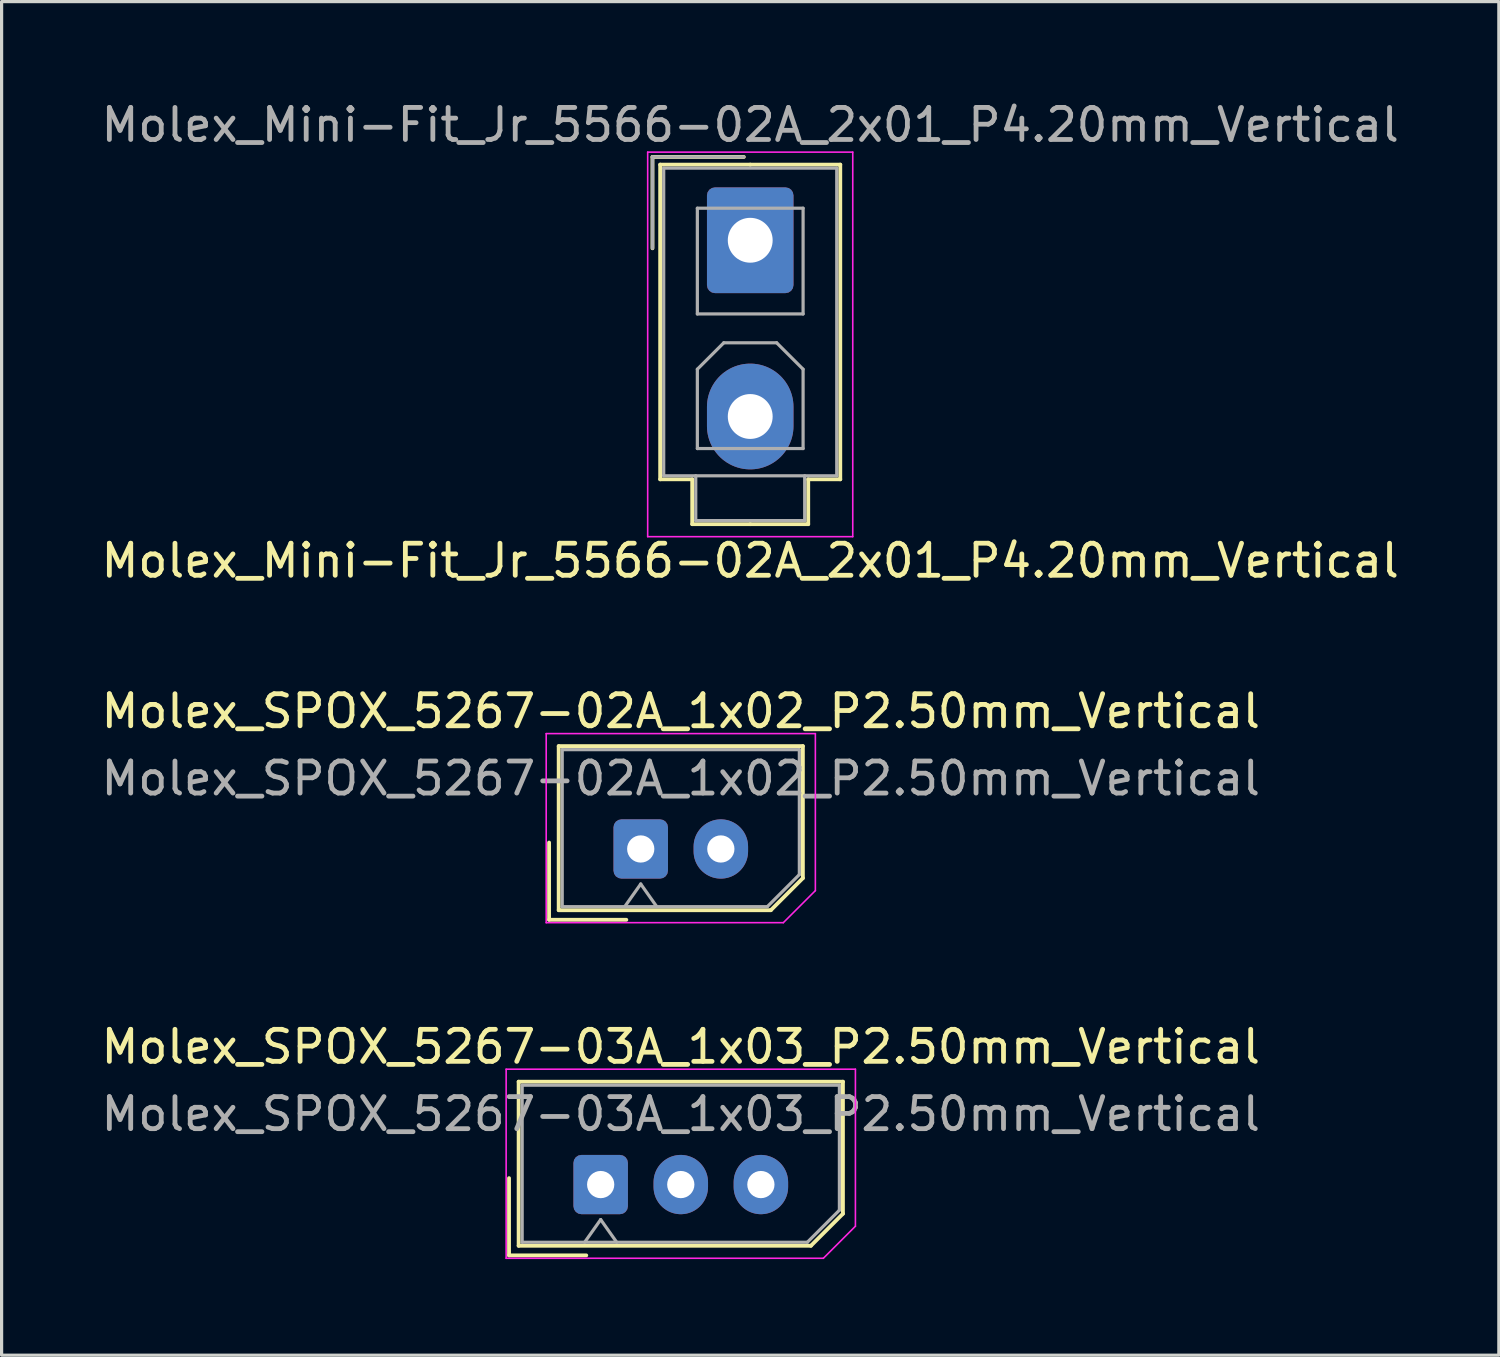
<source format=kicad_pcb>
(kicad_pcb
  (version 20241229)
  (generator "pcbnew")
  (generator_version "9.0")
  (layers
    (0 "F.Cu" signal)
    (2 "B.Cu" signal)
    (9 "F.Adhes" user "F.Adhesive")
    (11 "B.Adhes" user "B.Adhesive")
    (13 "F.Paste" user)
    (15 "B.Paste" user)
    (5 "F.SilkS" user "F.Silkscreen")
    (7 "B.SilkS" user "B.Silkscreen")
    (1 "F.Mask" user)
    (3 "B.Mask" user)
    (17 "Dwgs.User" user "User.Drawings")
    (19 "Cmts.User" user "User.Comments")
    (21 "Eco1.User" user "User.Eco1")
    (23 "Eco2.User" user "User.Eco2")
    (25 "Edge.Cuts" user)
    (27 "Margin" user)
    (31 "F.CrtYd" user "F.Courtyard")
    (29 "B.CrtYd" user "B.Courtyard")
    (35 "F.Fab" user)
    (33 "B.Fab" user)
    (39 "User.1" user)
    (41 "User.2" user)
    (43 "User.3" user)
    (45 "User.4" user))
  (footprint "Molex_Mini-Fit_Jr_5566-02A_2x01_P4.20mm_Vertical"
    (layer "F.Cu")
    (at 20.363 4.448)
    (property "Reference" "Molex_Mini-Fit_Jr_5566-02A_2x01_P4.20mm_Vertical" (at 0 10 180) (layer "F.SilkS") (effects (font (size 1 1) (thickness 0.15))))
    (attr through_hole)
    (fp_line (start -3.05 -2.6) (end -3.05 0.25) (stroke (width 0.12) (type solid)) (layer "F.SilkS"))
    (fp_line (start -2.81 -2.36) (end -2.81 7.46) (stroke (width 0.12) (type solid)) (layer "F.SilkS"))
    (fp_line (start -2.81 7.46) (end -1.81 7.46) (stroke (width 0.12) (type solid)) (layer "F.SilkS"))
    (fp_line (start -1.81 7.46) (end -1.81 8.86) (stroke (width 0.12) (type solid)) (layer "F.SilkS"))
    (fp_line (start -1.81 8.86) (end 0 8.86) (stroke (width 0.12) (type solid)) (layer "F.SilkS"))
    (fp_line (start -0.2 -2.6) (end -3.05 -2.6) (stroke (width 0.12) (type solid)) (layer "F.SilkS"))
    (fp_line (start 0 -2.36) (end -2.81 -2.36) (stroke (width 0.12) (type solid)) (layer "F.SilkS"))
    (fp_line (start 0 -2.36) (end 2.81 -2.36) (stroke (width 0.12) (type solid)) (layer "F.SilkS"))
    (fp_line (start 1.81 7.46) (end 1.81 8.86) (stroke (width 0.12) (type solid)) (layer "F.SilkS"))
    (fp_line (start 1.81 8.86) (end 0 8.86) (stroke (width 0.12) (type solid)) (layer "F.SilkS"))
    (fp_line (start 2.81 -2.36) (end 2.81 7.46) (stroke (width 0.12) (type solid)) (layer "F.SilkS"))
    (fp_line (start 2.81 7.46) (end 1.81 7.46) (stroke (width 0.12) (type solid)) (layer "F.SilkS"))
    (fp_line (start -3.2 -2.75) (end -3.2 9.25) (stroke (width 0.05) (type solid)) (layer "F.CrtYd"))
    (fp_line (start -3.2 9.25) (end 3.2 9.25) (stroke (width 0.05) (type solid)) (layer "F.CrtYd"))
    (fp_line (start 3.2 -2.75) (end -3.2 -2.75) (stroke (width 0.05) (type solid)) (layer "F.CrtYd"))
    (fp_line (start 3.2 9.25) (end 3.2 -2.75) (stroke (width 0.05) (type solid)) (layer "F.CrtYd"))
    (fp_line (start -3.05 -2.6) (end -3.05 0.25) (stroke (width 0.1) (type solid)) (layer "F.Fab"))
    (fp_line (start -2.7 -2.25) (end -2.7 7.35) (stroke (width 0.1) (type solid)) (layer "F.Fab"))
    (fp_line (start -2.7 7.35) (end 2.7 7.35) (stroke (width 0.1) (type solid)) (layer "F.Fab"))
    (fp_line (start -1.7 7.35) (end -1.7 8.75) (stroke (width 0.1) (type solid)) (layer "F.Fab"))
    (fp_line (start -1.7 8.75) (end 1.7 8.75) (stroke (width 0.1) (type solid)) (layer "F.Fab"))
    (fp_line (start -1.65 -1) (end -1.65 2.3) (stroke (width 0.1) (type solid)) (layer "F.Fab"))
    (fp_line (start -1.65 2.3) (end 1.65 2.3) (stroke (width 0.1) (type solid)) (layer "F.Fab"))
    (fp_line (start -1.65 4.025) (end -0.825 3.2) (stroke (width 0.1) (type solid)) (layer "F.Fab"))
    (fp_line (start -1.65 6.5) (end -1.65 4.025) (stroke (width 0.1) (type solid)) (layer "F.Fab"))
    (fp_line (start -0.825 3.2) (end 0.825 3.2) (stroke (width 0.1) (type solid)) (layer "F.Fab"))
    (fp_line (start -0.2 -2.6) (end -3.05 -2.6) (stroke (width 0.1) (type solid)) (layer "F.Fab"))
    (fp_line (start 0.825 3.2) (end 1.65 4.025) (stroke (width 0.1) (type solid)) (layer "F.Fab"))
    (fp_line (start 1.65 -1) (end -1.65 -1) (stroke (width 0.1) (type solid)) (layer "F.Fab"))
    (fp_line (start 1.65 2.3) (end 1.65 -1) (stroke (width 0.1) (type solid)) (layer "F.Fab"))
    (fp_line (start 1.65 4.025) (end 1.65 6.5) (stroke (width 0.1) (type solid)) (layer "F.Fab"))
    (fp_line (start 1.65 6.5) (end -1.65 6.5) (stroke (width 0.1) (type solid)) (layer "F.Fab"))
    (fp_line (start 1.7 8.75) (end 1.7 7.35) (stroke (width 0.1) (type solid)) (layer "F.Fab"))
    (fp_line (start 2.7 -2.25) (end -2.7 -2.25) (stroke (width 0.1) (type solid)) (layer "F.Fab"))
    (fp_line (start 2.7 7.35) (end 2.7 -2.25) (stroke (width 0.1) (type solid)) (layer "F.Fab"))
    (fp_text user "${REFERENCE}" (at 0 -3.6 180) (layer "F.Fab") (effects (font (size 1 1) (thickness 0.15))))
    (pad "1" thru_hole roundrect (at 0 0) (size 2.7 3.3) (drill 1.4) (layers "*.Cu" "*.Mask") (roundrect_rratio 0.093))
    (pad "2" thru_hole oval (at 0 5.5) (size 2.7 3.3) (drill 1.4) (layers "*.Cu" "*.Mask")))
  (footprint "Molex_SPOX_5267-03A_1x03_P2.50mm_Vertical"
    (layer "F.Cu")
    (at 15.696 33.918)
    (property "Reference" "Molex_SPOX_5267-03A_1x03_P2.50mm_Vertical" (at 2.5 -4.3 0) (layer "F.SilkS") (effects (font (size 1 1) (thickness 0.15))))
    (attr through_hole)
    (fp_line (start -2.86 -0.2) (end -2.86 2.21) (stroke (width 0.12) (type solid)) (layer "F.SilkS"))
    (fp_line (start -2.86 2.21) (end -0.45 2.21) (stroke (width 0.12) (type solid)) (layer "F.SilkS"))
    (fp_line (start -2.56 -3.21) (end -2.56 1.91) (stroke (width 0.12) (type solid)) (layer "F.SilkS"))
    (fp_line (start -2.56 1.91) (end 6.56 1.91) (stroke (width 0.12) (type solid)) (layer "F.SilkS"))
    (fp_line (start 6.56 1.91) (end 7.56 0.91) (stroke (width 0.12) (type solid)) (layer "F.SilkS"))
    (fp_line (start 7.56 -3.21) (end -2.56 -3.21) (stroke (width 0.12) (type solid)) (layer "F.SilkS"))
    (fp_line (start 7.56 0.91) (end 7.56 -3.21) (stroke (width 0.12) (type solid)) (layer "F.SilkS"))
    (fp_line (start -2.95 -3.6) (end -2.95 2.3) (stroke (width 0.05) (type solid)) (layer "F.CrtYd"))
    (fp_line (start -2.95 2.3) (end 6.95 2.3) (stroke (width 0.05) (type solid)) (layer "F.CrtYd"))
    (fp_line (start 6.95 2.3) (end 7.95 1.3) (stroke (width 0.05) (type solid)) (layer "F.CrtYd"))
    (fp_line (start 7.95 -3.6) (end -2.95 -3.6) (stroke (width 0.05) (type solid)) (layer "F.CrtYd"))
    (fp_line (start 7.95 1.3) (end 7.95 -3.6) (stroke (width 0.05) (type solid)) (layer "F.CrtYd"))
    (fp_line (start -2.45 -3.1) (end -2.45 1.8) (stroke (width 0.1) (type solid)) (layer "F.Fab"))
    (fp_line (start -2.45 1.8) (end 6.45 1.8) (stroke (width 0.1) (type solid)) (layer "F.Fab"))
    (fp_line (start -0.5 1.8) (end 0 1.093) (stroke (width 0.1) (type solid)) (layer "F.Fab"))
    (fp_line (start 0 1.093) (end 0.5 1.8) (stroke (width 0.1) (type solid)) (layer "F.Fab"))
    (fp_line (start 6.45 1.8) (end 7.45 0.8) (stroke (width 0.1) (type solid)) (layer "F.Fab"))
    (fp_line (start 7.45 -3.1) (end -2.45 -3.1) (stroke (width 0.1) (type solid)) (layer "F.Fab"))
    (fp_line (start 7.45 0.8) (end 7.45 -3.1) (stroke (width 0.1) (type solid)) (layer "F.Fab"))
    (fp_text user "${REFERENCE}" (at 2.5 -2.2 0) (layer "F.Fab") (effects (font (size 1 1) (thickness 0.15))))
    (pad "1" thru_hole roundrect (at 0 0) (size 1.7 1.85) (drill 0.85) (layers "*.Cu" "*.Mask") (roundrect_rratio 0.147))
    (pad "2" thru_hole oval (at 2.5 0) (size 1.7 1.85) (drill 0.85) (layers "*.Cu" "*.Mask"))
    (pad "3" thru_hole oval (at 5 0) (size 1.7 1.85) (drill 0.85) (layers "*.Cu" "*.Mask")))
  (footprint "Molex_SPOX_5267-02A_1x02_P2.50mm_Vertical"
    (layer "F.Cu")
    (at 16.946 23.445)
    (property "Reference" "Molex_SPOX_5267-02A_1x02_P2.50mm_Vertical" (at 1.25 -4.3 0) (layer "F.SilkS") (effects (font (size 1 1) (thickness 0.15))))
    (attr through_hole)
    (fp_line (start -2.86 -0.2) (end -2.86 2.21) (stroke (width 0.12) (type solid)) (layer "F.SilkS"))
    (fp_line (start -2.86 2.21) (end -0.45 2.21) (stroke (width 0.12) (type solid)) (layer "F.SilkS"))
    (fp_line (start -2.56 -3.21) (end -2.56 1.91) (stroke (width 0.12) (type solid)) (layer "F.SilkS"))
    (fp_line (start -2.56 1.91) (end 4.06 1.91) (stroke (width 0.12) (type solid)) (layer "F.SilkS"))
    (fp_line (start 4.06 1.91) (end 5.06 0.91) (stroke (width 0.12) (type solid)) (layer "F.SilkS"))
    (fp_line (start 5.06 -3.21) (end -2.56 -3.21) (stroke (width 0.12) (type solid)) (layer "F.SilkS"))
    (fp_line (start 5.06 0.91) (end 5.06 -3.21) (stroke (width 0.12) (type solid)) (layer "F.SilkS"))
    (fp_line (start -2.95 -3.6) (end -2.95 2.3) (stroke (width 0.05) (type solid)) (layer "F.CrtYd"))
    (fp_line (start -2.95 2.3) (end 4.45 2.3) (stroke (width 0.05) (type solid)) (layer "F.CrtYd"))
    (fp_line (start 4.45 2.3) (end 5.45 1.3) (stroke (width 0.05) (type solid)) (layer "F.CrtYd"))
    (fp_line (start 5.45 -3.6) (end -2.95 -3.6) (stroke (width 0.05) (type solid)) (layer "F.CrtYd"))
    (fp_line (start 5.45 1.3) (end 5.45 -3.6) (stroke (width 0.05) (type solid)) (layer "F.CrtYd"))
    (fp_line (start -2.45 -3.1) (end -2.45 1.8) (stroke (width 0.1) (type solid)) (layer "F.Fab"))
    (fp_line (start -2.45 1.8) (end 3.95 1.8) (stroke (width 0.1) (type solid)) (layer "F.Fab"))
    (fp_line (start -0.5 1.8) (end 0 1.093) (stroke (width 0.1) (type solid)) (layer "F.Fab"))
    (fp_line (start 0 1.093) (end 0.5 1.8) (stroke (width 0.1) (type solid)) (layer "F.Fab"))
    (fp_line (start 3.95 1.8) (end 4.95 0.8) (stroke (width 0.1) (type solid)) (layer "F.Fab"))
    (fp_line (start 4.95 -3.1) (end -2.45 -3.1) (stroke (width 0.1) (type solid)) (layer "F.Fab"))
    (fp_line (start 4.95 0.8) (end 4.95 -3.1) (stroke (width 0.1) (type solid)) (layer "F.Fab"))
    (fp_text user "${REFERENCE}" (at 1.25 -2.2 0) (layer "F.Fab") (effects (font (size 1 1) (thickness 0.15))))
    (pad "1" thru_hole roundrect (at 0 0) (size 1.7 1.85) (drill 0.85) (layers "*.Cu" "*.Mask") (roundrect_rratio 0.147))
    (pad "2" thru_hole oval (at 2.5 0) (size 1.7 1.85) (drill 0.85) (layers "*.Cu" "*.Mask")))
  (gr_rect
    (start -3 -3)
    (end 43.726 39.243)
    (stroke (width 0.1) (type default))
    (fill no)
    (layer "Edge.Cuts")))
</source>
